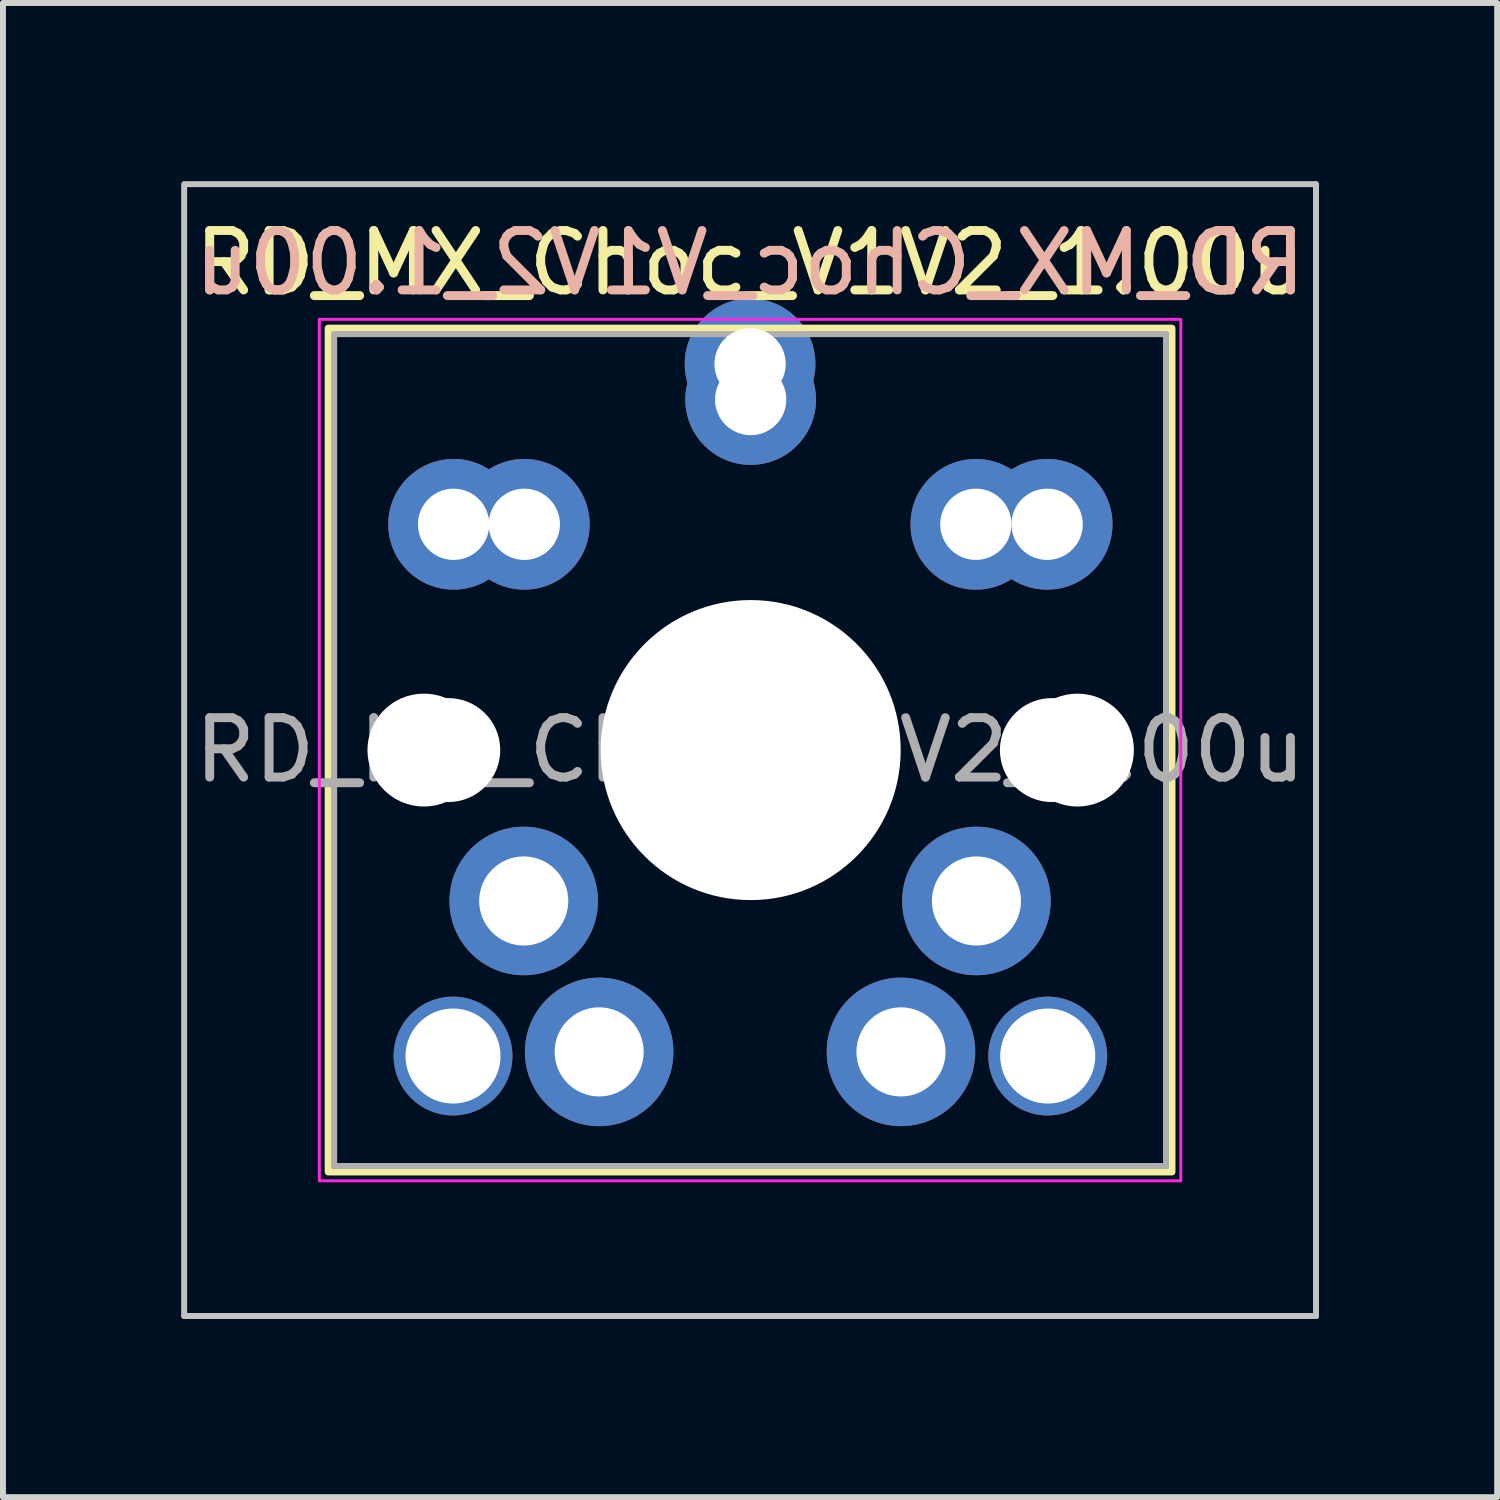
<source format=kicad_pcb>
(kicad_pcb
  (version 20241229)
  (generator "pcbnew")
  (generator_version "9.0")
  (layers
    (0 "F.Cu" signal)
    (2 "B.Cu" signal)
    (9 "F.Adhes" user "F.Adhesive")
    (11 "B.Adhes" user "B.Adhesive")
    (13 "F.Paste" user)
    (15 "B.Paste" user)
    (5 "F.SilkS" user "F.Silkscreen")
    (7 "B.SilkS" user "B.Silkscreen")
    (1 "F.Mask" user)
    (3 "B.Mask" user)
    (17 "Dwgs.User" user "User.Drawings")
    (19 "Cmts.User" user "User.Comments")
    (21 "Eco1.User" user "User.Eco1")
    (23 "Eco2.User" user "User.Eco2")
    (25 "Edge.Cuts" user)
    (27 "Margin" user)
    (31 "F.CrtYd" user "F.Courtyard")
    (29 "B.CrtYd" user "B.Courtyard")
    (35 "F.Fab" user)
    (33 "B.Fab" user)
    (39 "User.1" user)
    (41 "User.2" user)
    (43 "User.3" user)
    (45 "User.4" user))
  (footprint "RD_MX_Choc_V1V2_1.00u"
    (layer "F.Cu")
    (at 9.575 9.575)
    (property "Reference" "RD_MX_Choc_V1V2_1.00u" (at 0 -8.2 0) (layer "F.SilkS") (effects (font (size 1 1) (thickness 0.15))))
    (attr through_hole)
    (fp_rect (start -7.1 -7.1) (end 7.1 7.1) (stroke (width 0.12) (type solid)) (fill no) (layer "F.SilkS"))
    (fp_line (start -9.525 9.525) (end 9.525 9.525) (stroke (width 0.1) (type solid)) (layer "Dwgs.User"))
    (fp_line (start 9.525 9.525) (end 9.525 -9.525) (stroke (width 0.1) (type solid)) (layer "Dwgs.User"))
    (fp_rect (start -9.525 -9.525) (end 9.525 9.525) (stroke (width 0.1) (type solid)) (fill no) (layer "Dwgs.User"))
    (fp_rect (start -7 -7) (end 7 7) (stroke (width 0.1) (type solid)) (fill no) (layer "Eco1.User"))
    (fp_rect (start -7.25 -7.25) (end 7.25 7.25) (stroke (width 0.05) (type solid)) (fill no) (layer "F.CrtYd"))
    (fp_rect (start -7 -7) (end 7 7) (stroke (width 0.1) (type solid)) (fill no) (layer "F.Fab"))
    (fp_text user "${Reference}" (at 0 -8.2 0) (unlocked yes) (layer "B.SilkS") (effects (font (size 1 1) (thickness 0.15)) (justify mirror)))
    (fp_text user "${REFERENCE}" (at 0 0 0) (layer "F.Fab") (effects (font (size 1 1) (thickness 0.15))))
    (pad "" np_thru_hole circle (at -5.49 0) (size 1.9 1.9) (drill 1.9) (layers "*.Cu" "*.Mask"))
    (pad "" np_thru_hole circle (at -5.08 0) (size 1.75 1.75) (drill 1.75) (layers "*.Cu" "*.Mask"))
    (pad "" thru_hole circle (at -5 5.15) (size 2 2) (drill 1.6) (layers "*.Cu" "*.Mask"))
    (pad "" np_thru_hole circle (at 0.01 0) (size 5.05 5.05) (drill 5.05) (layers "*.Cu" "*.Mask"))
    (pad "" thru_hole circle (at 5.01 5.15) (size 2 2) (drill 1.6) (layers "*.Cu" "*.Mask"))
    (pad "" np_thru_hole circle (at 5.08 0) (size 1.75 1.75) (drill 1.75) (layers "*.Cu" "*.Mask"))
    (pad "" np_thru_hole circle (at 5.51 0) (size 1.9 1.9) (drill 1.9) (layers "*.Cu" "*.Mask"))
    (pad "1" thru_hole circle (at -3.81 2.54) (size 2.5 2.5) (drill 1.5) (layers "*.Cu" "*.Mask"))
    (pad "1" thru_hole circle (at -2.54 5.08 180) (size 2.5 2.5) (drill 1.5) (layers "*.Cu" "*.Mask"))
    (pad "1" thru_hole circle (at 0 -6.5 180) (size 2.2 2.2) (drill 1.2) (layers "*.Cu" "*.Mask"))
    (pad "1" thru_hole circle (at 0.01 -5.9) (size 2.2 2.2) (drill 1.2) (layers "*.Cu" "*.Mask"))
    (pad "2" thru_hole circle (at -4.99 -3.8) (size 2.2 2.2) (drill 1.2) (layers "*.Cu" "*.Mask"))
    (pad "2" thru_hole circle (at -3.8 -3.8 180) (size 2.2 2.2) (drill 1.2) (layers "*.Cu" "*.Mask"))
    (pad "2" thru_hole circle (at 2.54 5.08) (size 2.5 2.5) (drill 1.5) (layers "*.Cu" "*.Mask"))
    (pad "2" thru_hole circle (at 3.8 -3.8 180) (size 2.2 2.2) (drill 1.2) (layers "*.Cu" "*.Mask"))
    (pad "2" thru_hole circle (at 3.81 2.54 180) (size 2.5 2.5) (drill 1.5) (layers "*.Cu" "*.Mask"))
    (pad "2" thru_hole circle (at 5 -3.8) (size 2.2 2.2) (drill 1.2) (layers "*.Cu" "*.Mask")))
  (gr_rect
    (start -3 -3)
    (end 22.15 22.15)
    (stroke (width 0.1) (type default))
    (fill no)
    (layer "Edge.Cuts")))
</source>
